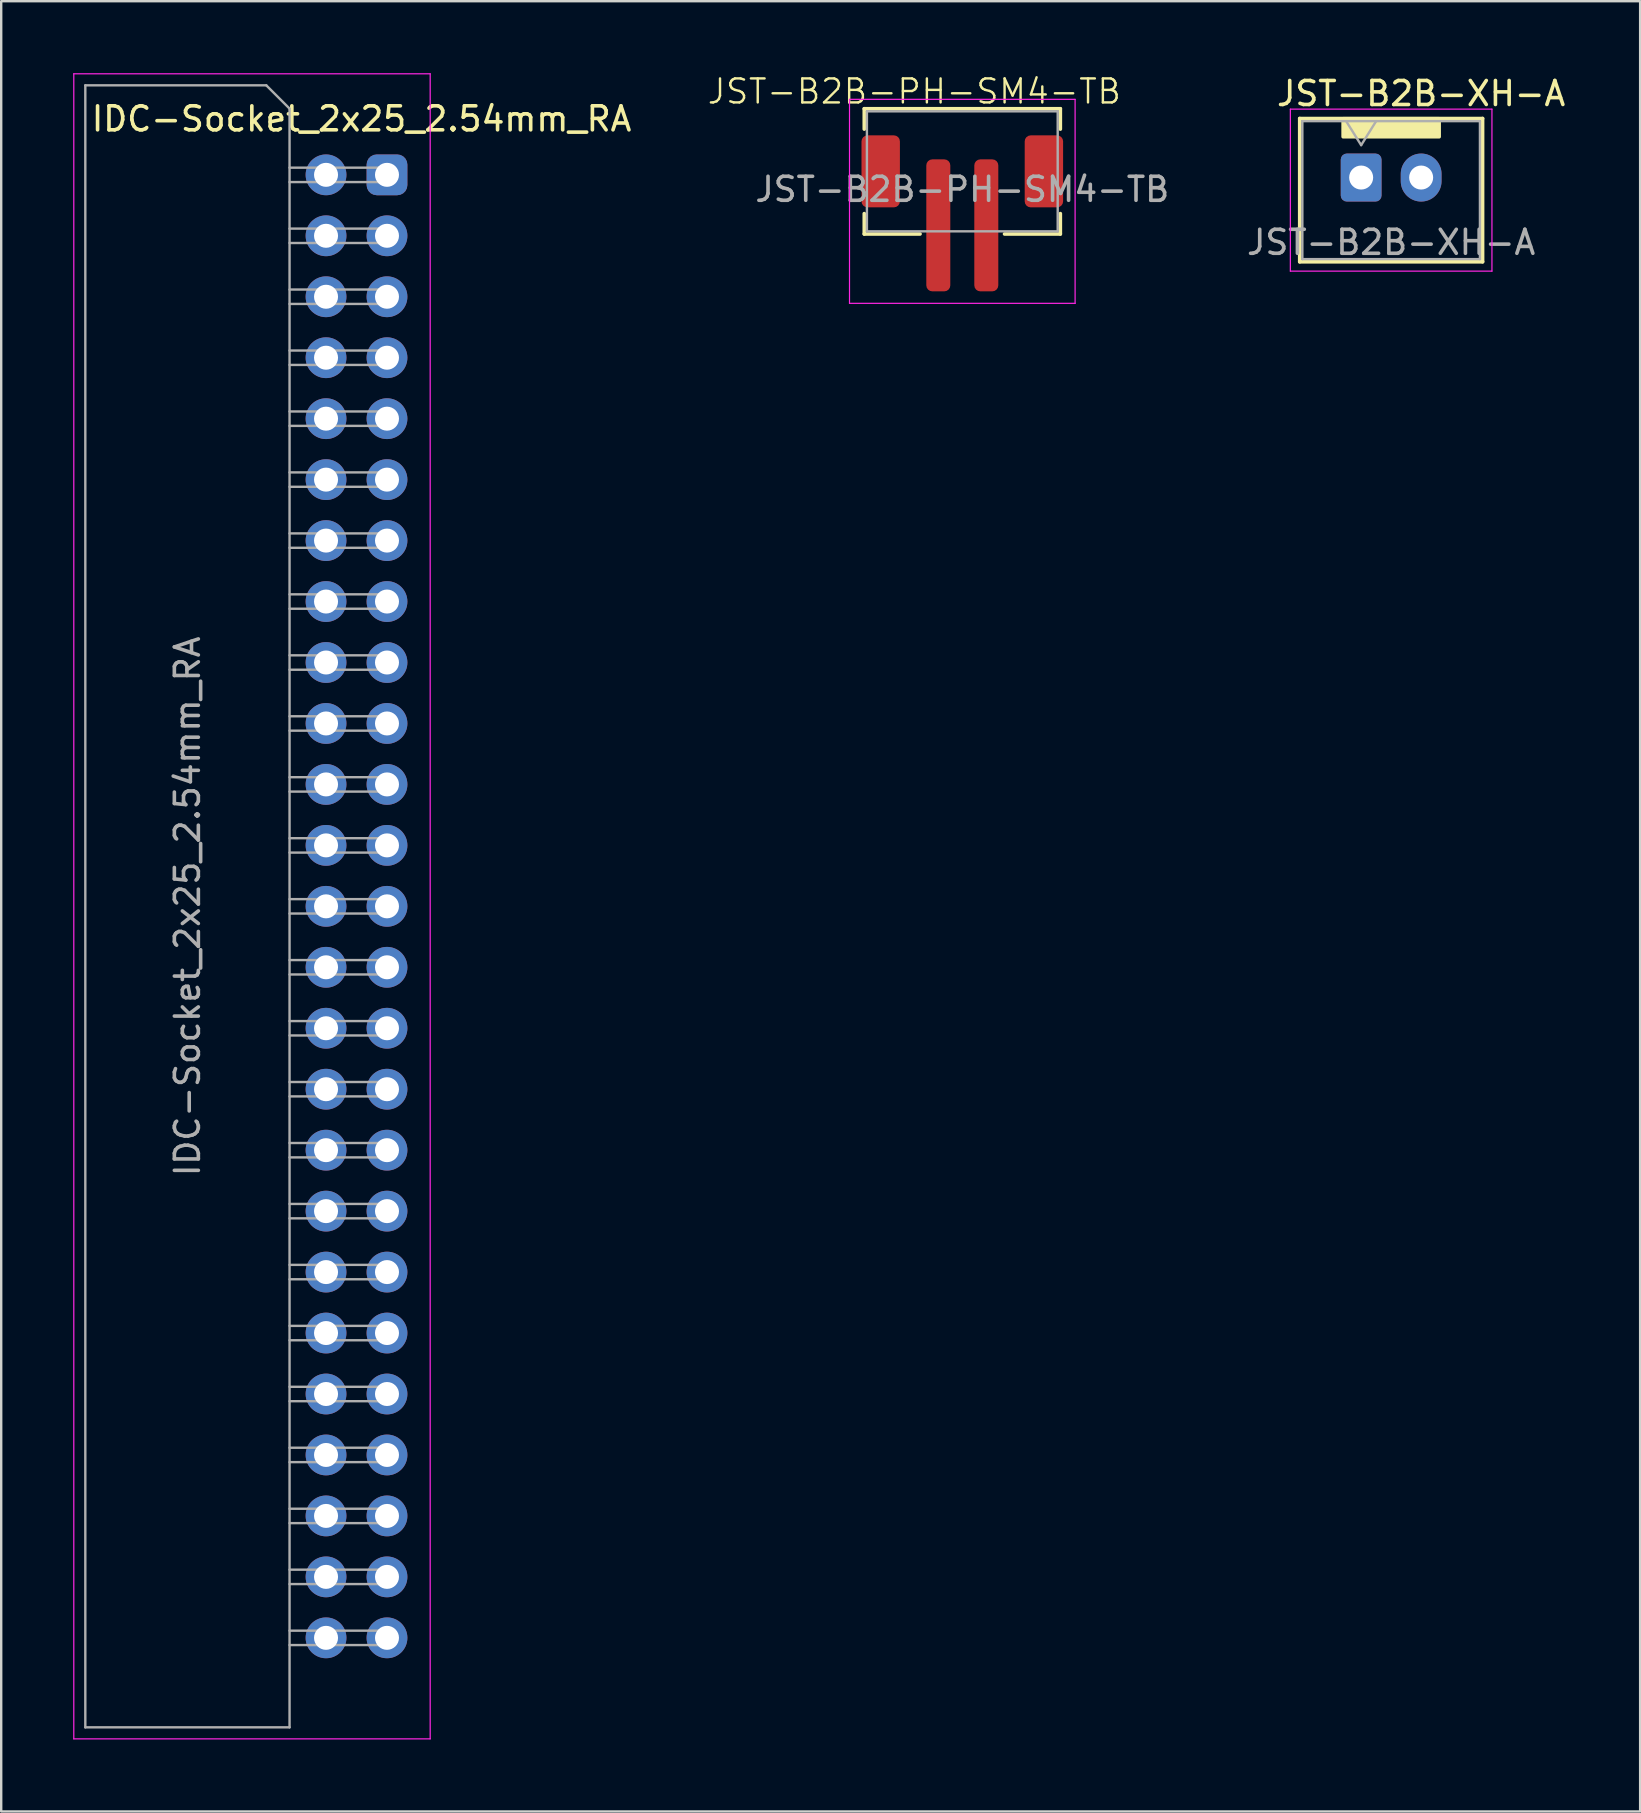
<source format=kicad_pcb>
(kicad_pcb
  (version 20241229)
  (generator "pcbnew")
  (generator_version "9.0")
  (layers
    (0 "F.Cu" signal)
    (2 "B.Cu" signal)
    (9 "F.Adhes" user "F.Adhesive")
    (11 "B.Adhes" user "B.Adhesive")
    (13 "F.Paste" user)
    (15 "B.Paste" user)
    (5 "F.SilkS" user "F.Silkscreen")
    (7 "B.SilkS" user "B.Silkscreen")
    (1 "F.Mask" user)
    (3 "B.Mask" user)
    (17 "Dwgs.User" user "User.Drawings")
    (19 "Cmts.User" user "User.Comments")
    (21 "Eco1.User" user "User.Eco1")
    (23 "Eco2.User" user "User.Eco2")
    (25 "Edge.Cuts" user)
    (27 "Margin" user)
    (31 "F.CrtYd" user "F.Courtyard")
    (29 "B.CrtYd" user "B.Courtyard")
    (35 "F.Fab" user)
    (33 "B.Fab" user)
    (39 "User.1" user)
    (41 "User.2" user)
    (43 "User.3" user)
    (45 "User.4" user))
  (footprint "JST-B2B-PH-SM4-TB"
    (layer "F.Cu")
    (at 37.047 5.84)
    (property "Reference" "JST-B2B-PH-SM4-TB" (at -2 -5.08 0) (unlocked yes) (layer "F.SilkS") (effects (font (size 1 1) (thickness 0.1))))
    (attr smd)
    (fp_line (start -4.085 -4.36) (end 4.085 -4.36) (stroke (width 0.15) (type solid)) (layer "F.SilkS"))
    (fp_line (start -4.085 -3.51) (end -4.085 -4.36) (stroke (width 0.15) (type solid)) (layer "F.SilkS"))
    (fp_line (start -4.085 0.01) (end -4.085 0.86) (stroke (width 0.15) (type solid)) (layer "F.SilkS"))
    (fp_line (start -4.085 0.86) (end -1.76 0.86) (stroke (width 0.15) (type solid)) (layer "F.SilkS"))
    (fp_line (start 4.085 -4.36) (end 4.085 -3.51) (stroke (width 0.15) (type solid)) (layer "F.SilkS"))
    (fp_line (start 4.085 0.01) (end 4.085 0.86) (stroke (width 0.15) (type solid)) (layer "F.SilkS"))
    (fp_line (start 4.085 0.86) (end 1.76 0.86) (stroke (width 0.15) (type solid)) (layer "F.SilkS"))
    (fp_line (start -4.7 -4.75) (end -4.7 3.75) (stroke (width 0.05) (type solid)) (layer "F.CrtYd"))
    (fp_line (start -4.7 3.75) (end 4.7 3.75) (stroke (width 0.05) (type solid)) (layer "F.CrtYd"))
    (fp_line (start 4.7 -4.75) (end -4.7 -4.75) (stroke (width 0.05) (type solid)) (layer "F.CrtYd"))
    (fp_line (start 4.7 3.75) (end 4.7 -4.75) (stroke (width 0.05) (type solid)) (layer "F.CrtYd"))
    (fp_line (start -3.975 -4.25) (end 3.975 -4.25) (stroke (width 0.1) (type solid)) (layer "F.Fab"))
    (fp_line (start -3.975 0.75) (end -3.975 -4.25) (stroke (width 0.1) (type solid)) (layer "F.Fab"))
    (fp_line (start -3.975 0.75) (end 3.975 0.75) (stroke (width 0.1) (type solid)) (layer "F.Fab"))
    (fp_line (start 3.975 0.75) (end 3.975 -4.25) (stroke (width 0.1) (type solid)) (layer "F.Fab"))
    (fp_text user "${REFERENCE}" (at 0 -1 0) (layer "F.Fab") (effects (font (size 1 1) (thickness 0.15))))
    (pad "1" smd roundrect (at -1 0.5) (size 1 5.5) (layers "F.Cu" "F.Mask" "F.Paste") (roundrect_rratio 0.25))
    (pad "2" smd roundrect (at 1 0.5) (size 1 5.5) (layers "F.Cu" "F.Mask" "F.Paste") (roundrect_rratio 0.25))
    (pad "S" smd roundrect (at -3.4 -1.75) (size 1.6 3) (layers "F.Cu" "F.Mask" "F.Paste") (roundrect_rratio 0.156))
    (pad "S" smd roundrect (at 3.4 -1.75) (size 1.6 3) (layers "F.Cu" "F.Mask" "F.Paste") (roundrect_rratio 0.156)))
  (footprint "IDC-Socket_2x25_2.54mm_RA"
    (layer "F.Cu")
    (at 11.805 34.715)
    (property "Reference" "IDC-Socket_2x25_2.54mm_RA" (at 0.21 -32.81 0) (layer "F.SilkS") (effects (font (size 1 1) (thickness 0.15))))
    (attr through_hole)
    (fp_line (start -11.78 -34.69) (end -11.78 34.69) (stroke (width 0.05) (type solid)) (layer "F.CrtYd"))
    (fp_line (start -11.78 -34.69) (end 3.07 -34.69) (stroke (width 0.05) (type solid)) (layer "F.CrtYd"))
    (fp_line (start -11.78 34.69) (end 3.07 34.69) (stroke (width 0.05) (type solid)) (layer "F.CrtYd"))
    (fp_line (start 3.07 34.69) (end 3.07 -34.69) (stroke (width 0.05) (type solid)) (layer "F.CrtYd"))
    (fp_line (start -11.3 -34.21) (end -3.76 -34.21) (stroke (width 0.1) (type solid)) (layer "F.Fab"))
    (fp_line (start -11.3 34.21) (end -11.3 -34.21) (stroke (width 0.1) (type solid)) (layer "F.Fab"))
    (fp_line (start -3.76 -34.21) (end -2.79 -33.24) (stroke (width 0.1) (type solid)) (layer "F.Fab"))
    (fp_line (start -2.79 -33.24) (end -2.79 34.21) (stroke (width 0.1) (type solid)) (layer "F.Fab"))
    (fp_line (start -2.79 -30.18) (end 1.27 -30.18) (stroke (width 0.1) (type solid)) (layer "F.Fab"))
    (fp_line (start -2.79 -27.64) (end 1.27 -27.64) (stroke (width 0.1) (type solid)) (layer "F.Fab"))
    (fp_line (start -2.79 -25.1) (end 1.27 -25.1) (stroke (width 0.1) (type solid)) (layer "F.Fab"))
    (fp_line (start -2.79 -22.56) (end 1.27 -22.56) (stroke (width 0.1) (type solid)) (layer "F.Fab"))
    (fp_line (start -2.79 -20.02) (end 1.27 -20.02) (stroke (width 0.1) (type solid)) (layer "F.Fab"))
    (fp_line (start -2.79 -17.48) (end 1.27 -17.48) (stroke (width 0.1) (type solid)) (layer "F.Fab"))
    (fp_line (start -2.79 -14.94) (end 1.27 -14.94) (stroke (width 0.1) (type solid)) (layer "F.Fab"))
    (fp_line (start -2.79 -12.4) (end 1.27 -12.4) (stroke (width 0.1) (type solid)) (layer "F.Fab"))
    (fp_line (start -2.79 -9.86) (end 1.27 -9.86) (stroke (width 0.1) (type solid)) (layer "F.Fab"))
    (fp_line (start -2.79 -7.32) (end 1.27 -7.32) (stroke (width 0.1) (type solid)) (layer "F.Fab"))
    (fp_line (start -2.79 -4.78) (end 1.27 -4.78) (stroke (width 0.1) (type solid)) (layer "F.Fab"))
    (fp_line (start -2.79 -2.24) (end 1.27 -2.24) (stroke (width 0.1) (type solid)) (layer "F.Fab"))
    (fp_line (start -2.79 0.3) (end 1.27 0.3) (stroke (width 0.1) (type solid)) (layer "F.Fab"))
    (fp_line (start -2.79 2.84) (end 1.27 2.84) (stroke (width 0.1) (type solid)) (layer "F.Fab"))
    (fp_line (start -2.79 5.38) (end 1.27 5.38) (stroke (width 0.1) (type solid)) (layer "F.Fab"))
    (fp_line (start -2.79 7.92) (end 1.27 7.92) (stroke (width 0.1) (type solid)) (layer "F.Fab"))
    (fp_line (start -2.79 10.46) (end 1.27 10.46) (stroke (width 0.1) (type solid)) (layer "F.Fab"))
    (fp_line (start -2.79 13) (end 1.27 13) (stroke (width 0.1) (type solid)) (layer "F.Fab"))
    (fp_line (start -2.79 15.54) (end 1.27 15.54) (stroke (width 0.1) (type solid)) (layer "F.Fab"))
    (fp_line (start -2.79 18.08) (end 1.27 18.08) (stroke (width 0.1) (type solid)) (layer "F.Fab"))
    (fp_line (start -2.79 20.62) (end 1.27 20.62) (stroke (width 0.1) (type solid)) (layer "F.Fab"))
    (fp_line (start -2.79 23.16) (end 1.27 23.16) (stroke (width 0.1) (type solid)) (layer "F.Fab"))
    (fp_line (start -2.79 25.7) (end 1.27 25.7) (stroke (width 0.1) (type solid)) (layer "F.Fab"))
    (fp_line (start -2.79 28.24) (end 1.27 28.24) (stroke (width 0.1) (type solid)) (layer "F.Fab"))
    (fp_line (start -2.79 30.78) (end 1.27 30.78) (stroke (width 0.1) (type solid)) (layer "F.Fab"))
    (fp_line (start -2.79 34.21) (end -11.3 34.21) (stroke (width 0.1) (type solid)) (layer "F.Fab"))
    (fp_line (start 1.27 -30.78) (end -2.79 -30.78) (stroke (width 0.1) (type solid)) (layer "F.Fab"))
    (fp_line (start 1.27 -30.18) (end 1.27 -30.78) (stroke (width 0.1) (type solid)) (layer "F.Fab"))
    (fp_line (start 1.27 -28.24) (end -2.79 -28.24) (stroke (width 0.1) (type solid)) (layer "F.Fab"))
    (fp_line (start 1.27 -27.64) (end 1.27 -28.24) (stroke (width 0.1) (type solid)) (layer "F.Fab"))
    (fp_line (start 1.27 -25.7) (end -2.79 -25.7) (stroke (width 0.1) (type solid)) (layer "F.Fab"))
    (fp_line (start 1.27 -25.1) (end 1.27 -25.7) (stroke (width 0.1) (type solid)) (layer "F.Fab"))
    (fp_line (start 1.27 -23.16) (end -2.79 -23.16) (stroke (width 0.1) (type solid)) (layer "F.Fab"))
    (fp_line (start 1.27 -22.56) (end 1.27 -23.16) (stroke (width 0.1) (type solid)) (layer "F.Fab"))
    (fp_line (start 1.27 -20.62) (end -2.79 -20.62) (stroke (width 0.1) (type solid)) (layer "F.Fab"))
    (fp_line (start 1.27 -20.02) (end 1.27 -20.62) (stroke (width 0.1) (type solid)) (layer "F.Fab"))
    (fp_line (start 1.27 -18.08) (end -2.79 -18.08) (stroke (width 0.1) (type solid)) (layer "F.Fab"))
    (fp_line (start 1.27 -17.48) (end 1.27 -18.08) (stroke (width 0.1) (type solid)) (layer "F.Fab"))
    (fp_line (start 1.27 -15.54) (end -2.79 -15.54) (stroke (width 0.1) (type solid)) (layer "F.Fab"))
    (fp_line (start 1.27 -14.94) (end 1.27 -15.54) (stroke (width 0.1) (type solid)) (layer "F.Fab"))
    (fp_line (start 1.27 -13) (end -2.79 -13) (stroke (width 0.1) (type solid)) (layer "F.Fab"))
    (fp_line (start 1.27 -12.4) (end 1.27 -13) (stroke (width 0.1) (type solid)) (layer "F.Fab"))
    (fp_line (start 1.27 -10.46) (end -2.79 -10.46) (stroke (width 0.1) (type solid)) (layer "F.Fab"))
    (fp_line (start 1.27 -9.86) (end 1.27 -10.46) (stroke (width 0.1) (type solid)) (layer "F.Fab"))
    (fp_line (start 1.27 -7.92) (end -2.79 -7.92) (stroke (width 0.1) (type solid)) (layer "F.Fab"))
    (fp_line (start 1.27 -7.32) (end 1.27 -7.92) (stroke (width 0.1) (type solid)) (layer "F.Fab"))
    (fp_line (start 1.27 -5.38) (end -2.79 -5.38) (stroke (width 0.1) (type solid)) (layer "F.Fab"))
    (fp_line (start 1.27 -4.78) (end 1.27 -5.38) (stroke (width 0.1) (type solid)) (layer "F.Fab"))
    (fp_line (start 1.27 -2.84) (end -2.79 -2.84) (stroke (width 0.1) (type solid)) (layer "F.Fab"))
    (fp_line (start 1.27 -2.24) (end 1.27 -2.84) (stroke (width 0.1) (type solid)) (layer "F.Fab"))
    (fp_line (start 1.27 -0.3) (end -2.79 -0.3) (stroke (width 0.1) (type solid)) (layer "F.Fab"))
    (fp_line (start 1.27 0.3) (end 1.27 -0.3) (stroke (width 0.1) (type solid)) (layer "F.Fab"))
    (fp_line (start 1.27 2.24) (end -2.79 2.24) (stroke (width 0.1) (type solid)) (layer "F.Fab"))
    (fp_line (start 1.27 2.84) (end 1.27 2.24) (stroke (width 0.1) (type solid)) (layer "F.Fab"))
    (fp_line (start 1.27 4.78) (end -2.79 4.78) (stroke (width 0.1) (type solid)) (layer "F.Fab"))
    (fp_line (start 1.27 5.38) (end 1.27 4.78) (stroke (width 0.1) (type solid)) (layer "F.Fab"))
    (fp_line (start 1.27 7.32) (end -2.79 7.32) (stroke (width 0.1) (type solid)) (layer "F.Fab"))
    (fp_line (start 1.27 7.92) (end 1.27 7.32) (stroke (width 0.1) (type solid)) (layer "F.Fab"))
    (fp_line (start 1.27 9.86) (end -2.79 9.86) (stroke (width 0.1) (type solid)) (layer "F.Fab"))
    (fp_line (start 1.27 10.46) (end 1.27 9.86) (stroke (width 0.1) (type solid)) (layer "F.Fab"))
    (fp_line (start 1.27 12.4) (end -2.79 12.4) (stroke (width 0.1) (type solid)) (layer "F.Fab"))
    (fp_line (start 1.27 13) (end 1.27 12.4) (stroke (width 0.1) (type solid)) (layer "F.Fab"))
    (fp_line (start 1.27 14.94) (end -2.79 14.94) (stroke (width 0.1) (type solid)) (layer "F.Fab"))
    (fp_line (start 1.27 15.54) (end 1.27 14.94) (stroke (width 0.1) (type solid)) (layer "F.Fab"))
    (fp_line (start 1.27 17.48) (end -2.79 17.48) (stroke (width 0.1) (type solid)) (layer "F.Fab"))
    (fp_line (start 1.27 18.08) (end 1.27 17.48) (stroke (width 0.1) (type solid)) (layer "F.Fab"))
    (fp_line (start 1.27 20.02) (end -2.79 20.02) (stroke (width 0.1) (type solid)) (layer "F.Fab"))
    (fp_line (start 1.27 20.62) (end 1.27 20.02) (stroke (width 0.1) (type solid)) (layer "F.Fab"))
    (fp_line (start 1.27 22.56) (end -2.79 22.56) (stroke (width 0.1) (type solid)) (layer "F.Fab"))
    (fp_line (start 1.27 23.16) (end 1.27 22.56) (stroke (width 0.1) (type solid)) (layer "F.Fab"))
    (fp_line (start 1.27 25.1) (end -2.79 25.1) (stroke (width 0.1) (type solid)) (layer "F.Fab"))
    (fp_line (start 1.27 25.7) (end 1.27 25.1) (stroke (width 0.1) (type solid)) (layer "F.Fab"))
    (fp_line (start 1.27 27.64) (end -2.79 27.64) (stroke (width 0.1) (type solid)) (layer "F.Fab"))
    (fp_line (start 1.27 28.24) (end 1.27 27.64) (stroke (width 0.1) (type solid)) (layer "F.Fab"))
    (fp_line (start 1.27 30.18) (end -2.79 30.18) (stroke (width 0.1) (type solid)) (layer "F.Fab"))
    (fp_line (start 1.27 30.78) (end 1.27 30.18) (stroke (width 0.1) (type solid)) (layer "F.Fab"))
    (fp_text user "${REFERENCE}" (at -7.045 0 90) (layer "F.Fab") (effects (font (size 1 1) (thickness 0.15))))
    (pad "1" thru_hole roundrect (at 1.27 -30.48) (size 1.7 1.7) (drill 1) (layers "*.Cu" "*.Mask") (roundrect_rratio 0.25))
    (pad "2" thru_hole oval (at -1.27 -30.48) (size 1.7 1.7) (drill 1) (layers "*.Cu" "*.Mask"))
    (pad "3" thru_hole oval (at 1.27 -27.94) (size 1.7 1.7) (drill 1) (layers "*.Cu" "*.Mask"))
    (pad "4" thru_hole oval (at -1.27 -27.94) (size 1.7 1.7) (drill 1) (layers "*.Cu" "*.Mask"))
    (pad "5" thru_hole oval (at 1.27 -25.4) (size 1.7 1.7) (drill 1) (layers "*.Cu" "*.Mask"))
    (pad "6" thru_hole oval (at -1.27 -25.4) (size 1.7 1.7) (drill 1) (layers "*.Cu" "*.Mask"))
    (pad "7" thru_hole oval (at 1.27 -22.86) (size 1.7 1.7) (drill 1) (layers "*.Cu" "*.Mask"))
    (pad "8" thru_hole oval (at -1.27 -22.86) (size 1.7 1.7) (drill 1) (layers "*.Cu" "*.Mask"))
    (pad "9" thru_hole oval (at 1.27 -20.32) (size 1.7 1.7) (drill 1) (layers "*.Cu" "*.Mask"))
    (pad "10" thru_hole oval (at -1.27 -20.32) (size 1.7 1.7) (drill 1) (layers "*.Cu" "*.Mask"))
    (pad "11" thru_hole oval (at 1.27 -17.78) (size 1.7 1.7) (drill 1) (layers "*.Cu" "*.Mask"))
    (pad "12" thru_hole oval (at -1.27 -17.78) (size 1.7 1.7) (drill 1) (layers "*.Cu" "*.Mask"))
    (pad "13" thru_hole oval (at 1.27 -15.24) (size 1.7 1.7) (drill 1) (layers "*.Cu" "*.Mask"))
    (pad "14" thru_hole oval (at -1.27 -15.24) (size 1.7 1.7) (drill 1) (layers "*.Cu" "*.Mask"))
    (pad "15" thru_hole oval (at 1.27 -12.7) (size 1.7 1.7) (drill 1) (layers "*.Cu" "*.Mask"))
    (pad "16" thru_hole oval (at -1.27 -12.7) (size 1.7 1.7) (drill 1) (layers "*.Cu" "*.Mask"))
    (pad "17" thru_hole oval (at 1.27 -10.16) (size 1.7 1.7) (drill 1) (layers "*.Cu" "*.Mask"))
    (pad "18" thru_hole oval (at -1.27 -10.16) (size 1.7 1.7) (drill 1) (layers "*.Cu" "*.Mask"))
    (pad "19" thru_hole oval (at 1.27 -7.62) (size 1.7 1.7) (drill 1) (layers "*.Cu" "*.Mask"))
    (pad "20" thru_hole oval (at -1.27 -7.62) (size 1.7 1.7) (drill 1) (layers "*.Cu" "*.Mask"))
    (pad "21" thru_hole oval (at 1.27 -5.08) (size 1.7 1.7) (drill 1) (layers "*.Cu" "*.Mask"))
    (pad "22" thru_hole oval (at -1.27 -5.08) (size 1.7 1.7) (drill 1) (layers "*.Cu" "*.Mask"))
    (pad "23" thru_hole oval (at 1.27 -2.54) (size 1.7 1.7) (drill 1) (layers "*.Cu" "*.Mask"))
    (pad "24" thru_hole oval (at -1.27 -2.54) (size 1.7 1.7) (drill 1) (layers "*.Cu" "*.Mask"))
    (pad "25" thru_hole oval (at 1.27 0) (size 1.7 1.7) (drill 1) (layers "*.Cu" "*.Mask"))
    (pad "26" thru_hole oval (at -1.27 0) (size 1.7 1.7) (drill 1) (layers "*.Cu" "*.Mask"))
    (pad "27" thru_hole oval (at 1.27 2.54) (size 1.7 1.7) (drill 1) (layers "*.Cu" "*.Mask"))
    (pad "28" thru_hole oval (at -1.27 2.54) (size 1.7 1.7) (drill 1) (layers "*.Cu" "*.Mask"))
    (pad "29" thru_hole oval (at 1.27 5.08) (size 1.7 1.7) (drill 1) (layers "*.Cu" "*.Mask"))
    (pad "30" thru_hole oval (at -1.27 5.08) (size 1.7 1.7) (drill 1) (layers "*.Cu" "*.Mask"))
    (pad "31" thru_hole oval (at 1.27 7.62) (size 1.7 1.7) (drill 1) (layers "*.Cu" "*.Mask"))
    (pad "32" thru_hole oval (at -1.27 7.62) (size 1.7 1.7) (drill 1) (layers "*.Cu" "*.Mask"))
    (pad "33" thru_hole oval (at 1.27 10.16) (size 1.7 1.7) (drill 1) (layers "*.Cu" "*.Mask"))
    (pad "34" thru_hole oval (at -1.27 10.16) (size 1.7 1.7) (drill 1) (layers "*.Cu" "*.Mask"))
    (pad "35" thru_hole oval (at 1.27 12.7) (size 1.7 1.7) (drill 1) (layers "*.Cu" "*.Mask"))
    (pad "36" thru_hole oval (at -1.27 12.7) (size 1.7 1.7) (drill 1) (layers "*.Cu" "*.Mask"))
    (pad "37" thru_hole oval (at 1.27 15.24) (size 1.7 1.7) (drill 1) (layers "*.Cu" "*.Mask"))
    (pad "38" thru_hole oval (at -1.27 15.24) (size 1.7 1.7) (drill 1) (layers "*.Cu" "*.Mask"))
    (pad "39" thru_hole oval (at 1.27 17.78) (size 1.7 1.7) (drill 1) (layers "*.Cu" "*.Mask"))
    (pad "40" thru_hole oval (at -1.27 17.78) (size 1.7 1.7) (drill 1) (layers "*.Cu" "*.Mask"))
    (pad "41" thru_hole oval (at 1.27 20.32) (size 1.7 1.7) (drill 1) (layers "*.Cu" "*.Mask"))
    (pad "42" thru_hole oval (at -1.27 20.32) (size 1.7 1.7) (drill 1) (layers "*.Cu" "*.Mask"))
    (pad "43" thru_hole oval (at 1.27 22.86) (size 1.7 1.7) (drill 1) (layers "*.Cu" "*.Mask"))
    (pad "44" thru_hole oval (at -1.27 22.86) (size 1.7 1.7) (drill 1) (layers "*.Cu" "*.Mask"))
    (pad "45" thru_hole oval (at 1.27 25.4) (size 1.7 1.7) (drill 1) (layers "*.Cu" "*.Mask"))
    (pad "46" thru_hole oval (at -1.27 25.4) (size 1.7 1.7) (drill 1) (layers "*.Cu" "*.Mask"))
    (pad "47" thru_hole oval (at 1.27 27.94) (size 1.7 1.7) (drill 1) (layers "*.Cu" "*.Mask"))
    (pad "48" thru_hole oval (at -1.27 27.94) (size 1.7 1.7) (drill 1) (layers "*.Cu" "*.Mask"))
    (pad "49" thru_hole oval (at 1.27 30.48) (size 1.7 1.7) (drill 1) (layers "*.Cu" "*.Mask"))
    (pad "50" thru_hole oval (at -1.27 30.48) (size 1.7 1.7) (drill 1) (layers "*.Cu" "*.Mask")))
  (footprint "JST-B2B-XH-A"
    (layer "F.Cu")
    (at 54.916 4.348)
    (property "Reference" "JST-B2B-XH-A" (at 1.25 -3.5 0) (layer "F.SilkS") (effects (font (size 1 1) (thickness 0.15))))
    (attr through_hole)
    (fp_line (start -3.81 -2.46) (end -3.81 3.51) (stroke (width 0.15) (type solid)) (layer "F.SilkS"))
    (fp_line (start -3.81 3.51) (end 3.81 3.51) (stroke (width 0.15) (type solid)) (layer "F.SilkS"))
    (fp_line (start 3.81 -2.46) (end -3.81 -2.46) (stroke (width 0.15) (type solid)) (layer "F.SilkS"))
    (fp_line (start 3.81 3.51) (end 3.81 -2.46) (stroke (width 0.15) (type solid)) (layer "F.SilkS"))
    (fp_rect (start -2 -2.45) (end 2 -1.7) (stroke (width 0.15) (type solid)) (fill yes) (layer "F.SilkS"))
    (fp_line (start -4.2 -2.85) (end -4.2 3.9) (stroke (width 0.05) (type solid)) (layer "F.CrtYd"))
    (fp_line (start -4.2 3.9) (end 4.2 3.9) (stroke (width 0.05) (type solid)) (layer "F.CrtYd"))
    (fp_line (start 4.2 -2.85) (end -4.2 -2.85) (stroke (width 0.05) (type solid)) (layer "F.CrtYd"))
    (fp_line (start 4.2 3.9) (end 4.2 -2.85) (stroke (width 0.05) (type solid)) (layer "F.CrtYd"))
    (fp_line (start -3.7 -2.35) (end -3.7 3.4) (stroke (width 0.1) (type solid)) (layer "F.Fab"))
    (fp_line (start -3.7 3.4) (end 3.7 3.4) (stroke (width 0.1) (type solid)) (layer "F.Fab"))
    (fp_line (start -1.875 -2.35) (end -1.25 -1.35) (stroke (width 0.1) (type solid)) (layer "F.Fab"))
    (fp_line (start -1.25 -1.35) (end -0.625 -2.35) (stroke (width 0.1) (type solid)) (layer "F.Fab"))
    (fp_line (start 3.7 -2.35) (end -3.7 -2.35) (stroke (width 0.1) (type solid)) (layer "F.Fab"))
    (fp_line (start 3.7 3.4) (end 3.7 -2.35) (stroke (width 0.1) (type solid)) (layer "F.Fab"))
    (fp_text user "${REFERENCE}" (at 0 2.7 0) (layer "F.Fab") (effects (font (size 1 1) (thickness 0.15))))
    (pad "1" thru_hole roundrect (at -1.25 0) (size 1.7 2) (drill 1) (layers "*.Cu" "*.Mask") (roundrect_rratio 0.147))
    (pad "2" thru_hole oval (at 1.25 0) (size 1.7 2) (drill 1) (layers "*.Cu" "*.Mask")))
  (gr_rect
    (start -3 -3)
    (end 65.291 72.43)
    (stroke (width 0.1) (type default))
    (fill no)
    (layer "Edge.Cuts")))
</source>
